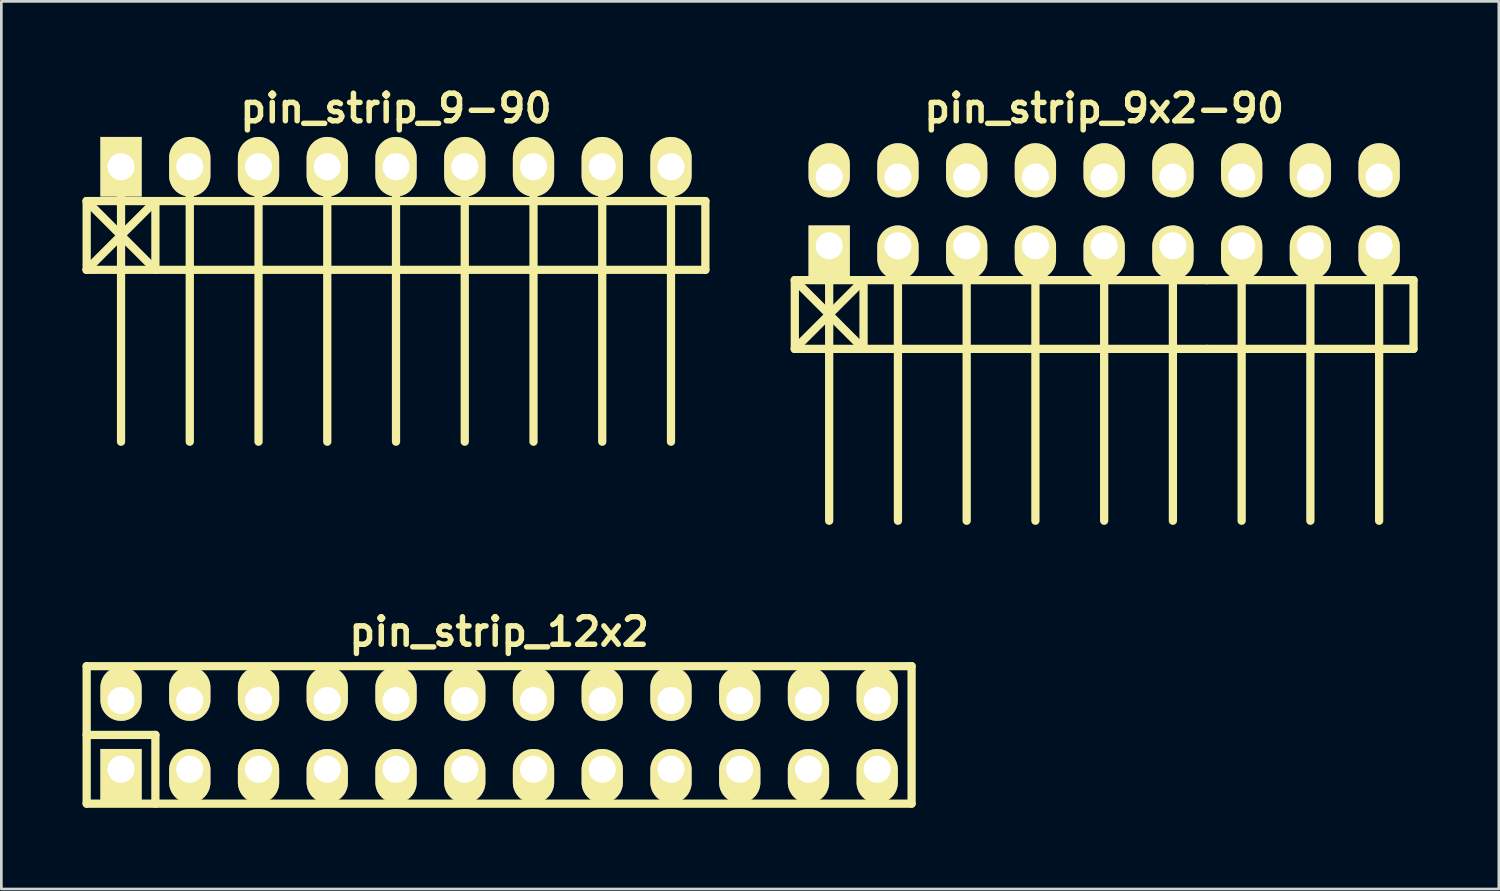
<source format=kicad_pcb>
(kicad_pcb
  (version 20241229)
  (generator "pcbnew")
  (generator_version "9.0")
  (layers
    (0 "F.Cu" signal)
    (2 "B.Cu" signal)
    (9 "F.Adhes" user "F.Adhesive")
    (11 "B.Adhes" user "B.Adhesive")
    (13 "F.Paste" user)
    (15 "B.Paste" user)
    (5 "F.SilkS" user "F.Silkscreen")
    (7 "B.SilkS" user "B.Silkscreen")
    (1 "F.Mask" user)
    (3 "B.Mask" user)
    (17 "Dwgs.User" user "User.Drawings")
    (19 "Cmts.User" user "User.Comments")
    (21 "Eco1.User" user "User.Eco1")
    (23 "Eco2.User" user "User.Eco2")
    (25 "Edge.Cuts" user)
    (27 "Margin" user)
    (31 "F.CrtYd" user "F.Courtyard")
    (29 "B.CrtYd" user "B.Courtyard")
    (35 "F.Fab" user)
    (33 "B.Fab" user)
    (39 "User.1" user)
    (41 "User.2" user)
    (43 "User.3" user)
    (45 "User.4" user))
  (footprint "pin_strip_9x2-90"
    (layer "F.Cu")
    (at 37.747 4.761)
    (property "Reference" "pin_strip_9x2-90" (at 0 -3.81 0) (layer "F.SilkS") (effects (font (size 1.016 1.016) (thickness 0.203))))
    (attr through_hole)
    (fp_line (start -11.43 2.54) (end -8.89 5.08) (stroke (width 0.305) (type solid)) (layer "F.SilkS"))
    (fp_line (start -11.43 2.54) (end 3.81 2.54) (stroke (width 0.305) (type solid)) (layer "F.SilkS"))
    (fp_line (start -11.43 5.08) (end -11.43 2.54) (stroke (width 0.305) (type solid)) (layer "F.SilkS"))
    (fp_line (start -10.16 1.27) (end -10.16 11.43) (stroke (width 0.305) (type solid)) (layer "F.SilkS"))
    (fp_line (start -8.89 2.54) (end -11.43 5.08) (stroke (width 0.305) (type solid)) (layer "F.SilkS"))
    (fp_line (start -8.89 5.08) (end -8.89 2.54) (stroke (width 0.305) (type solid)) (layer "F.SilkS"))
    (fp_line (start -7.62 1.27) (end -7.62 11.43) (stroke (width 0.305) (type solid)) (layer "F.SilkS"))
    (fp_line (start -5.08 11.43) (end -5.08 1.27) (stroke (width 0.305) (type solid)) (layer "F.SilkS"))
    (fp_line (start -2.54 1.27) (end -2.54 11.43) (stroke (width 0.305) (type solid)) (layer "F.SilkS"))
    (fp_line (start 0 1.27) (end 0 11.43) (stroke (width 0.305) (type solid)) (layer "F.SilkS"))
    (fp_line (start 2.54 1.27) (end 2.54 11.43) (stroke (width 0.305) (type solid)) (layer "F.SilkS"))
    (fp_line (start 3.81 2.54) (end 11.43 2.54) (stroke (width 0.305) (type solid)) (layer "F.SilkS"))
    (fp_line (start 3.81 5.08) (end -11.43 5.08) (stroke (width 0.305) (type solid)) (layer "F.SilkS"))
    (fp_line (start 5.08 1.27) (end 5.08 11.43) (stroke (width 0.305) (type solid)) (layer "F.SilkS"))
    (fp_line (start 7.62 1.27) (end 7.62 11.43) (stroke (width 0.305) (type solid)) (layer "F.SilkS"))
    (fp_line (start 10.16 1.27) (end 10.16 11.43) (stroke (width 0.305) (type solid)) (layer "F.SilkS"))
    (fp_line (start 11.43 2.54) (end 11.43 5.08) (stroke (width 0.305) (type solid)) (layer "F.SilkS"))
    (fp_line (start 11.43 5.08) (end 3.81 5.08) (stroke (width 0.305) (type solid)) (layer "F.SilkS"))
    (pad "1" thru_hole rect (at -10.16 1.27) (size 1.524 1.999) (drill 1.001 (offset 0 0.249)) (layers "*.Cu" "*.Mask" "F.SilkS"))
    (pad "2" thru_hole oval (at -10.16 -1.27) (size 1.524 1.999) (drill 1.001 (offset 0 -0.249)) (layers "*.Cu" "*.Mask" "F.SilkS"))
    (pad "3" thru_hole oval (at -7.62 1.27) (size 1.524 1.999) (drill 1.001 (offset 0 0.249)) (layers "*.Cu" "*.Mask" "F.SilkS"))
    (pad "4" thru_hole oval (at -7.62 -1.27) (size 1.524 1.999) (drill 1.001 (offset 0 -0.249)) (layers "*.Cu" "*.Mask" "F.SilkS"))
    (pad "5" thru_hole oval (at -5.08 1.27) (size 1.524 1.999) (drill 1.001 (offset 0 0.249)) (layers "*.Cu" "*.Mask" "F.SilkS"))
    (pad "6" thru_hole oval (at -5.08 -1.27) (size 1.524 1.999) (drill 1.001 (offset 0 -0.249)) (layers "*.Cu" "*.Mask" "F.SilkS"))
    (pad "7" thru_hole oval (at -2.54 1.27) (size 1.524 1.999) (drill 1.001 (offset 0 0.249)) (layers "*.Cu" "*.Mask" "F.SilkS"))
    (pad "8" thru_hole oval (at -2.54 -1.27) (size 1.524 1.999) (drill 1.001 (offset 0 -0.249)) (layers "*.Cu" "*.Mask" "F.SilkS"))
    (pad "9" thru_hole oval (at 0 1.27) (size 1.524 1.999) (drill 1.001 (offset 0 0.249)) (layers "*.Cu" "*.Mask" "F.SilkS"))
    (pad "10" thru_hole oval (at 0 -1.27) (size 1.524 1.999) (drill 1.001 (offset 0 -0.249)) (layers "*.Cu" "*.Mask" "F.SilkS"))
    (pad "11" thru_hole oval (at 2.54 1.27) (size 1.524 1.999) (drill 1.001 (offset 0 0.249)) (layers "*.Cu" "*.Mask" "F.SilkS"))
    (pad "12" thru_hole oval (at 2.54 -1.27) (size 1.524 1.999) (drill 1.001 (offset 0 -0.249)) (layers "*.Cu" "*.Mask" "F.SilkS"))
    (pad "13" thru_hole oval (at 5.08 1.27) (size 1.524 1.999) (drill 1.001 (offset 0 0.249)) (layers "*.Cu" "*.Mask" "F.SilkS"))
    (pad "14" thru_hole oval (at 5.08 -1.27) (size 1.524 1.999) (drill 1.001 (offset 0 -0.249)) (layers "*.Cu" "*.Mask" "F.SilkS"))
    (pad "15" thru_hole oval (at 7.62 1.27) (size 1.524 1.999) (drill 1.001 (offset 0 0.249)) (layers "*.Cu" "*.Mask" "F.SilkS"))
    (pad "16" thru_hole oval (at 7.62 -1.27) (size 1.524 1.999) (drill 1.001 (offset 0 -0.249)) (layers "*.Cu" "*.Mask" "F.SilkS"))
    (pad "17" thru_hole oval (at 10.16 1.27) (size 1.524 1.999) (drill 1.001 (offset 0 0.249)) (layers "*.Cu" "*.Mask" "F.SilkS"))
    (pad "18" thru_hole oval (at 10.16 -1.27) (size 1.524 1.999) (drill 1.001 (offset 0 -0.249)) (layers "*.Cu" "*.Mask" "F.SilkS")))
  (footprint "pin_strip_9-90"
    (layer "F.Cu")
    (at 11.582 3.11)
    (property "Reference" "pin_strip_9-90" (at 0 -2.159 0) (layer "F.SilkS") (effects (font (size 1.016 1.016) (thickness 0.203))))
    (attr through_hole)
    (fp_line (start -11.43 1.27) (end -8.89 3.81) (stroke (width 0.305) (type solid)) (layer "F.SilkS"))
    (fp_line (start -11.43 1.27) (end 11.43 1.27) (stroke (width 0.305) (type solid)) (layer "F.SilkS"))
    (fp_line (start -11.43 3.81) (end -11.43 1.27) (stroke (width 0.305) (type solid)) (layer "F.SilkS"))
    (fp_line (start -10.16 0) (end -10.16 10.16) (stroke (width 0.305) (type solid)) (layer "F.SilkS"))
    (fp_line (start -8.89 1.27) (end -11.43 3.81) (stroke (width 0.305) (type solid)) (layer "F.SilkS"))
    (fp_line (start -8.89 1.27) (end -8.89 3.81) (stroke (width 0.305) (type solid)) (layer "F.SilkS"))
    (fp_line (start -7.62 0) (end -7.62 10.16) (stroke (width 0.305) (type solid)) (layer "F.SilkS"))
    (fp_line (start -5.08 10.16) (end -5.08 0) (stroke (width 0.305) (type solid)) (layer "F.SilkS"))
    (fp_line (start -2.54 0) (end -2.54 10.16) (stroke (width 0.305) (type solid)) (layer "F.SilkS"))
    (fp_line (start 0 0) (end 0 10.16) (stroke (width 0.305) (type solid)) (layer "F.SilkS"))
    (fp_line (start 2.54 0) (end 2.54 10.16) (stroke (width 0.305) (type solid)) (layer "F.SilkS"))
    (fp_line (start 5.08 0) (end 5.08 10.16) (stroke (width 0.305) (type solid)) (layer "F.SilkS"))
    (fp_line (start 7.62 0) (end 7.62 10.16) (stroke (width 0.305) (type solid)) (layer "F.SilkS"))
    (fp_line (start 10.16 0) (end 10.16 10.16) (stroke (width 0.305) (type solid)) (layer "F.SilkS"))
    (fp_line (start 11.43 1.27) (end 11.43 3.81) (stroke (width 0.305) (type solid)) (layer "F.SilkS"))
    (fp_line (start 11.43 3.81) (end -11.43 3.81) (stroke (width 0.305) (type solid)) (layer "F.SilkS"))
    (pad "1" thru_hole rect (at -10.16 0) (size 1.524 2.2) (drill 1.001) (layers "*.Cu" "*.Mask" "F.SilkS"))
    (pad "2" thru_hole oval (at -7.62 0) (size 1.524 2.2) (drill 1.001) (layers "*.Cu" "*.Mask" "F.SilkS"))
    (pad "3" thru_hole oval (at -5.08 0) (size 1.524 2.2) (drill 1.001) (layers "*.Cu" "*.Mask" "F.SilkS"))
    (pad "4" thru_hole oval (at -2.54 0) (size 1.524 2.2) (drill 1.001) (layers "*.Cu" "*.Mask" "F.SilkS"))
    (pad "5" thru_hole oval (at 0 0) (size 1.524 2.2) (drill 1.001) (layers "*.Cu" "*.Mask" "F.SilkS"))
    (pad "6" thru_hole oval (at 2.54 0) (size 1.524 2.2) (drill 1.001) (layers "*.Cu" "*.Mask" "F.SilkS"))
    (pad "7" thru_hole oval (at 5.08 0) (size 1.524 2.2) (drill 1.001) (layers "*.Cu" "*.Mask" "F.SilkS"))
    (pad "8" thru_hole oval (at 7.62 0) (size 1.524 2.2) (drill 1.001) (layers "*.Cu" "*.Mask" "F.SilkS"))
    (pad "9" thru_hole oval (at 10.16 0) (size 1.524 2.2) (drill 1.001) (layers "*.Cu" "*.Mask" "F.SilkS")))
  (footprint "pin_strip_12x2"
    (layer "F.Cu")
    (at 15.392 24.104)
    (property "Reference" "pin_strip_12x2" (at 0 -3.81 0) (layer "F.SilkS") (effects (font (size 1.016 1.016) (thickness 0.203))))
    (attr through_hole)
    (fp_line (start -15.24 -2.54) (end -15.24 2.54) (stroke (width 0.305) (type solid)) (layer "F.SilkS"))
    (fp_line (start -15.24 -2.54) (end 15.24 -2.54) (stroke (width 0.305) (type solid)) (layer "F.SilkS"))
    (fp_line (start -15.24 0) (end -12.7 0) (stroke (width 0.305) (type solid)) (layer "F.SilkS"))
    (fp_line (start -12.7 0) (end -12.7 2.54) (stroke (width 0.305) (type solid)) (layer "F.SilkS"))
    (fp_line (start 15.24 2.54) (end -15.24 2.54) (stroke (width 0.305) (type solid)) (layer "F.SilkS"))
    (fp_line (start 15.24 2.54) (end 15.24 -2.54) (stroke (width 0.305) (type solid)) (layer "F.SilkS"))
    (pad "1" thru_hole rect (at -13.97 1.27) (size 1.524 1.999) (drill 1.001 (offset 0 0.249)) (layers "*.Cu" "*.Mask" "F.SilkS"))
    (pad "2" thru_hole oval (at -13.97 -1.27) (size 1.524 1.999) (drill 1.001 (offset 0 -0.249)) (layers "*.Cu" "*.Mask" "F.SilkS"))
    (pad "3" thru_hole oval (at -11.43 1.27) (size 1.524 1.999) (drill 1.001 (offset 0 0.249)) (layers "*.Cu" "*.Mask" "F.SilkS"))
    (pad "4" thru_hole oval (at -11.43 -1.27) (size 1.524 1.999) (drill 1.001 (offset 0 -0.249)) (layers "*.Cu" "*.Mask" "F.SilkS"))
    (pad "5" thru_hole oval (at -8.89 1.27) (size 1.524 1.999) (drill 1.001 (offset 0 0.249)) (layers "*.Cu" "*.Mask" "F.SilkS"))
    (pad "6" thru_hole oval (at -8.89 -1.27) (size 1.524 1.999) (drill 1.001 (offset 0 -0.249)) (layers "*.Cu" "*.Mask" "F.SilkS"))
    (pad "7" thru_hole oval (at -6.35 1.27) (size 1.524 1.999) (drill 1.001 (offset 0 0.249)) (layers "*.Cu" "*.Mask" "F.SilkS"))
    (pad "8" thru_hole oval (at -6.35 -1.27) (size 1.524 1.999) (drill 1.001 (offset 0 -0.249)) (layers "*.Cu" "*.Mask" "F.SilkS"))
    (pad "9" thru_hole oval (at -3.81 1.27) (size 1.524 1.999) (drill 1.001 (offset 0 0.249)) (layers "*.Cu" "*.Mask" "F.SilkS"))
    (pad "10" thru_hole oval (at -3.81 -1.27) (size 1.524 1.999) (drill 1.001 (offset 0 -0.249)) (layers "*.Cu" "*.Mask" "F.SilkS"))
    (pad "11" thru_hole oval (at -1.27 1.27) (size 1.524 1.999) (drill 1.001 (offset 0 0.249)) (layers "*.Cu" "*.Mask" "F.SilkS"))
    (pad "12" thru_hole oval (at -1.27 -1.27) (size 1.524 1.999) (drill 1.001 (offset 0 -0.249)) (layers "*.Cu" "*.Mask" "F.SilkS"))
    (pad "13" thru_hole oval (at 1.27 1.27) (size 1.524 1.999) (drill 1.001 (offset 0 0.249)) (layers "*.Cu" "*.Mask" "F.SilkS"))
    (pad "14" thru_hole oval (at 1.27 -1.27) (size 1.524 1.999) (drill 1.001 (offset 0 -0.249)) (layers "*.Cu" "*.Mask" "F.SilkS"))
    (pad "15" thru_hole oval (at 3.81 1.27) (size 1.524 1.999) (drill 1.001 (offset 0 0.249)) (layers "*.Cu" "*.Mask" "F.SilkS"))
    (pad "16" thru_hole oval (at 3.81 -1.27) (size 1.524 1.999) (drill 1.001 (offset 0 -0.249)) (layers "*.Cu" "*.Mask" "F.SilkS"))
    (pad "17" thru_hole oval (at 6.35 1.27) (size 1.524 1.999) (drill 1.001 (offset 0 0.249)) (layers "*.Cu" "*.Mask" "F.SilkS"))
    (pad "18" thru_hole oval (at 6.35 -1.27) (size 1.524 1.999) (drill 1.001 (offset 0 -0.249)) (layers "*.Cu" "*.Mask" "F.SilkS"))
    (pad "19" thru_hole oval (at 8.89 1.27) (size 1.524 1.999) (drill 1.001 (offset 0 0.249)) (layers "*.Cu" "*.Mask" "F.SilkS"))
    (pad "20" thru_hole oval (at 8.89 -1.27) (size 1.524 1.999) (drill 1.001 (offset 0 -0.249)) (layers "*.Cu" "*.Mask" "F.SilkS"))
    (pad "21" thru_hole oval (at 11.43 1.27) (size 1.524 1.999) (drill 1.001 (offset 0 0.249)) (layers "*.Cu" "*.Mask" "F.SilkS"))
    (pad "22" thru_hole oval (at 11.43 -1.27) (size 1.524 1.999) (drill 1.001 (offset 0 -0.249)) (layers "*.Cu" "*.Mask" "F.SilkS"))
    (pad "23" thru_hole oval (at 13.97 1.27) (size 1.524 1.999) (drill 1.001 (offset 0 0.249)) (layers "*.Cu" "*.Mask" "F.SilkS"))
    (pad "24" thru_hole oval (at 13.97 -1.27) (size 1.524 1.999) (drill 1.001 (offset 0 -0.249)) (layers "*.Cu" "*.Mask" "F.SilkS")))
  (gr_rect
    (start -3 -3)
    (end 52.33 29.797)
    (stroke (width 0.1) (type default))
    (fill no)
    (layer "Edge.Cuts")))
</source>
